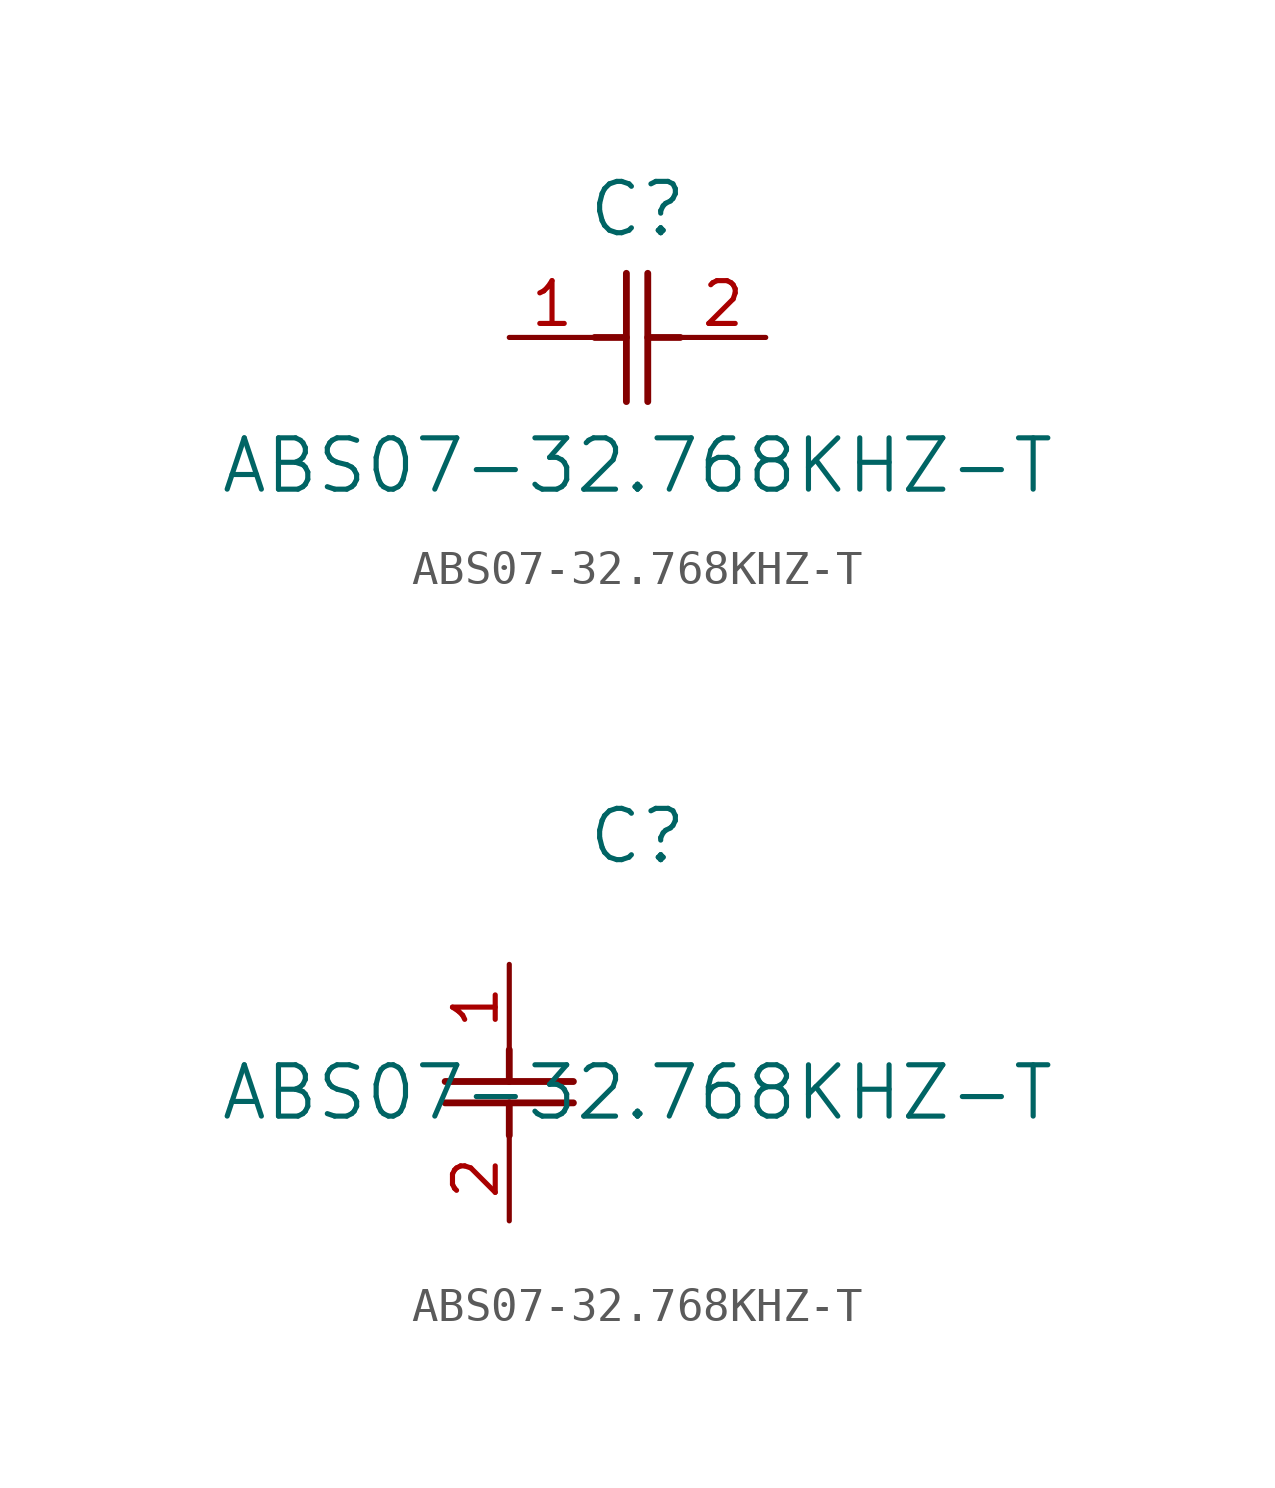
<source format=kicad_sym>
(kicad_symbol_lib
  (version 20211014)
  (generator kicad_symbol_editor)
  (symbol "ABS07-32.768KHZ-T"
    (pin_names
      (offset 0.254))
    (property "Reference" "C"
      (at 3.81 3.81 0)
      (effects (font (size 1.524 1.524))))
    (property "Value" "ABS07-32.768KHZ-T"
      (at 3.81 -3.81 0)
      (effects (font (size 1.524 1.524))))
    (symbol "ABS07-32.768KHZ-T_1_1"
      (polyline (pts (xy 3.48 -1.905) (xy 3.48 1.905)) (stroke (width 0.203) (type default) (color 0 0 0 0)) (fill (type none)))
      (polyline (pts (xy 4.115 -1.905) (xy 4.115 1.905)) (stroke (width 0.203) (type default) (color 0 0 0 0)) (fill (type none)))
      (polyline (pts (xy 4.115 0) (xy 5.08 0)) (stroke (width 0.203) (type default) (color 0 0 0 0)) (fill (type none)))
      (polyline (pts (xy 2.54 0) (xy 3.48 0)) (stroke (width 0.203) (type default) (color 0 0 0 0)) (fill (type none)))
      (pin unspecified line (at 0 0 0) (length 2.54) (name "" (effects (font (size 1.27 1.27)))) (number "1" (effects (font (size 1.27 1.27)))))
      (pin unspecified line (at 7.62 0 180) (length 2.54) (name "" (effects (font (size 1.27 1.27)))) (number "2" (effects (font (size 1.27 1.27))))))
    (symbol "ABS07-32.768KHZ-T_1_2"
      (polyline (pts (xy -1.905 -3.48) (xy 1.905 -3.48)) (stroke (width 0.203) (type default) (color 0 0 0 0)) (fill (type none)))
      (polyline (pts (xy -1.905 -4.115) (xy 1.905 -4.115)) (stroke (width 0.203) (type default) (color 0 0 0 0)) (fill (type none)))
      (polyline (pts (xy 0 -4.115) (xy 0 -5.08)) (stroke (width 0.203) (type default) (color 0 0 0 0)) (fill (type none)))
      (polyline (pts (xy 0 -2.54) (xy 0 -3.48)) (stroke (width 0.203) (type default) (color 0 0 0 0)) (fill (type none)))
      (pin unspecified line (at 0 0 270) (length 2.54) (name "" (effects (font (size 1.27 1.27)))) (number "1" (effects (font (size 1.27 1.27)))))
      (pin unspecified line (at 0 -7.62 90) (length 2.54) (name "" (effects (font (size 1.27 1.27)))) (number "2" (effects (font (size 1.27 1.27))))))))
</source>
